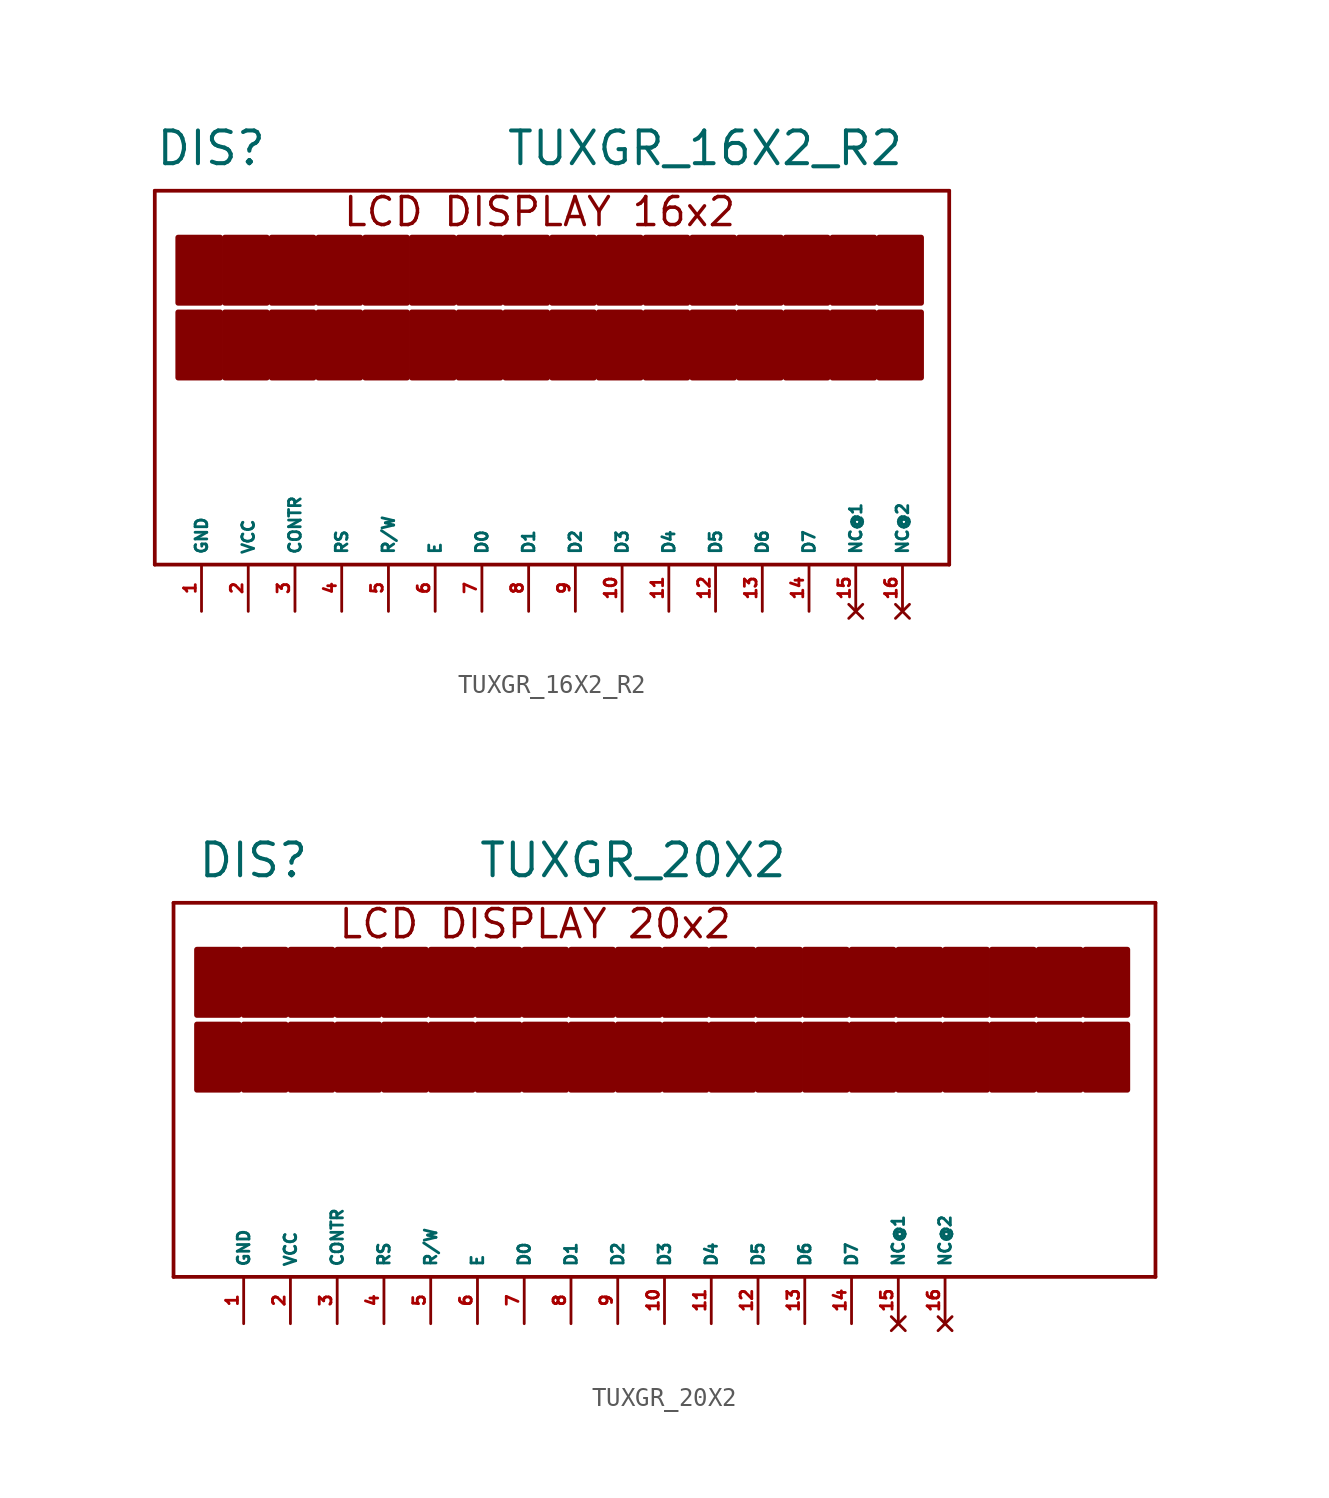
<source format=kicad_sym>
(kicad_symbol_lib
  (version 20220914)
  (generator Eagle2Kicad)
  (symbol "TUXGR_16X2_R2"
    (property "Reference" "DIS"
      (at -20.32 13.97 0)
      (effects (font (size 1.778 1.778) (thickness 0.22)) (justify left bottom)))
    (property "Value" "TUXGR_16X2_R2"
      (at -1.27 13.97 0)
      (effects (font (size 1.778 1.778) (thickness 0.22)) (justify left bottom)))
    (polyline
      (pts (xy -20.32 -7.62) (xy 22.86 -7.62))
      (stroke (width 0.203) (type default))
      (fill (type none)))
    (polyline
      (pts (xy 22.86 -7.62) (xy 22.86 12.7))
      (stroke (width 0.203) (type default))
      (fill (type none)))
    (polyline
      (pts (xy 22.86 12.7) (xy -20.32 12.7))
      (stroke (width 0.203) (type default))
      (fill (type none)))
    (polyline
      (pts (xy -20.32 12.7) (xy -20.32 -7.62))
      (stroke (width 0.203) (type default))
      (fill (type none)))
    (text "LCD DISPLAY 16x2"
      (at -10.16 10.668 0)
      (effects (font (size 1.524 1.524) (thickness 0.19)) (justify left bottom)))
    (rectangle
      (start -19.05 6.604)
      (end -16.764 10.16)
      (stroke (width 0.3) (type default))
      (fill (type outline)))
    (rectangle
      (start -19.05 2.54)
      (end -16.764 6.096)
      (stroke (width 0.3) (type default))
      (fill (type outline)))
    (rectangle
      (start -16.51 6.604)
      (end -14.224 10.16)
      (stroke (width 0.3) (type default))
      (fill (type outline)))
    (rectangle
      (start -16.51 2.54)
      (end -14.224 6.096)
      (stroke (width 0.3) (type default))
      (fill (type outline)))
    (rectangle
      (start -13.97 6.604)
      (end -11.684 10.16)
      (stroke (width 0.3) (type default))
      (fill (type outline)))
    (rectangle
      (start -13.97 2.54)
      (end -11.684 6.096)
      (stroke (width 0.3) (type default))
      (fill (type outline)))
    (rectangle
      (start -11.43 6.604)
      (end -9.144 10.16)
      (stroke (width 0.3) (type default))
      (fill (type outline)))
    (rectangle
      (start -11.43 2.54)
      (end -9.144 6.096)
      (stroke (width 0.3) (type default))
      (fill (type outline)))
    (rectangle
      (start -8.89 6.604)
      (end -6.604 10.16)
      (stroke (width 0.3) (type default))
      (fill (type outline)))
    (rectangle
      (start -8.89 2.54)
      (end -6.604 6.096)
      (stroke (width 0.3) (type default))
      (fill (type outline)))
    (rectangle
      (start -6.35 6.604)
      (end -4.064 10.16)
      (stroke (width 0.3) (type default))
      (fill (type outline)))
    (rectangle
      (start -6.35 2.54)
      (end -4.064 6.096)
      (stroke (width 0.3) (type default))
      (fill (type outline)))
    (rectangle
      (start -3.81 6.604)
      (end -1.524 10.16)
      (stroke (width 0.3) (type default))
      (fill (type outline)))
    (rectangle
      (start -3.81 2.54)
      (end -1.524 6.096)
      (stroke (width 0.3) (type default))
      (fill (type outline)))
    (rectangle
      (start -1.27 6.604)
      (end 1.016 10.16)
      (stroke (width 0.3) (type default))
      (fill (type outline)))
    (rectangle
      (start -1.27 2.54)
      (end 1.016 6.096)
      (stroke (width 0.3) (type default))
      (fill (type outline)))
    (rectangle
      (start 1.27 6.604)
      (end 3.556 10.16)
      (stroke (width 0.3) (type default))
      (fill (type outline)))
    (rectangle
      (start 1.27 2.54)
      (end 3.556 6.096)
      (stroke (width 0.3) (type default))
      (fill (type outline)))
    (rectangle
      (start 3.81 6.604)
      (end 6.096 10.16)
      (stroke (width 0.3) (type default))
      (fill (type outline)))
    (rectangle
      (start 3.81 2.54)
      (end 6.096 6.096)
      (stroke (width 0.3) (type default))
      (fill (type outline)))
    (rectangle
      (start 6.35 6.604)
      (end 8.636 10.16)
      (stroke (width 0.3) (type default))
      (fill (type outline)))
    (rectangle
      (start 6.35 2.54)
      (end 8.636 6.096)
      (stroke (width 0.3) (type default))
      (fill (type outline)))
    (rectangle
      (start 8.89 6.604)
      (end 11.176 10.16)
      (stroke (width 0.3) (type default))
      (fill (type outline)))
    (rectangle
      (start 8.89 2.54)
      (end 11.176 6.096)
      (stroke (width 0.3) (type default))
      (fill (type outline)))
    (rectangle
      (start 11.43 6.604)
      (end 13.716 10.16)
      (stroke (width 0.3) (type default))
      (fill (type outline)))
    (rectangle
      (start 11.43 2.54)
      (end 13.716 6.096)
      (stroke (width 0.3) (type default))
      (fill (type outline)))
    (rectangle
      (start 13.97 6.604)
      (end 16.256 10.16)
      (stroke (width 0.3) (type default))
      (fill (type outline)))
    (rectangle
      (start 13.97 2.54)
      (end 16.256 6.096)
      (stroke (width 0.3) (type default))
      (fill (type outline)))
    (rectangle
      (start 16.51 6.604)
      (end 18.796 10.16)
      (stroke (width 0.3) (type default))
      (fill (type outline)))
    (rectangle
      (start 16.51 2.54)
      (end 18.796 6.096)
      (stroke (width 0.3) (type default))
      (fill (type outline)))
    (rectangle
      (start 19.05 6.604)
      (end 21.336 10.16)
      (stroke (width 0.3) (type default))
      (fill (type outline)))
    (rectangle
      (start 19.05 2.54)
      (end 21.336 6.096)
      (stroke (width 0.3) (type default))
      (fill (type outline)))
    (pin unspecified line
      (at -17.78 -10.16 90)
      (length 2.54)
      (name "GND" (effects (font (size 0.635 0.635) (thickness 0.08)) (justify left bottom)))
      (number "1" (effects (font (size 0.635 0.635) (thickness 0.08)) (justify left bottom))))
    (pin unspecified line
      (at -15.24 -10.16 90)
      (length 2.54)
      (name "VCC" (effects (font (size 0.635 0.635) (thickness 0.08)) (justify left bottom)))
      (number "2" (effects (font (size 0.635 0.635) (thickness 0.08)) (justify left bottom))))
    (pin input line
      (at -12.7 -10.16 90)
      (length 2.54)
      (name "CONTR" (effects (font (size 0.635 0.635) (thickness 0.08)) (justify left bottom)))
      (number "3" (effects (font (size 0.635 0.635) (thickness 0.08)) (justify left bottom))))
    (pin input line
      (at -10.16 -10.16 90)
      (length 2.54)
      (name "RS" (effects (font (size 0.635 0.635) (thickness 0.08)) (justify left bottom)))
      (number "4" (effects (font (size 0.635 0.635) (thickness 0.08)) (justify left bottom))))
    (pin input line
      (at -7.62 -10.16 90)
      (length 2.54)
      (name "R/W" (effects (font (size 0.635 0.635) (thickness 0.08)) (justify left bottom)))
      (number "5" (effects (font (size 0.635 0.635) (thickness 0.08)) (justify left bottom))))
    (pin input line
      (at -5.08 -10.16 90)
      (length 2.54)
      (name "E" (effects (font (size 0.635 0.635) (thickness 0.08)) (justify left bottom)))
      (number "6" (effects (font (size 0.635 0.635) (thickness 0.08)) (justify left bottom))))
    (pin input line
      (at -2.54 -10.16 90)
      (length 2.54)
      (name "D0" (effects (font (size 0.635 0.635) (thickness 0.08)) (justify left bottom)))
      (number "7" (effects (font (size 0.635 0.635) (thickness 0.08)) (justify left bottom))))
    (pin input line
      (at 0 -10.16 90)
      (length 2.54)
      (name "D1" (effects (font (size 0.635 0.635) (thickness 0.08)) (justify left bottom)))
      (number "8" (effects (font (size 0.635 0.635) (thickness 0.08)) (justify left bottom))))
    (pin input line
      (at 2.54 -10.16 90)
      (length 2.54)
      (name "D2" (effects (font (size 0.635 0.635) (thickness 0.08)) (justify left bottom)))
      (number "9" (effects (font (size 0.635 0.635) (thickness 0.08)) (justify left bottom))))
    (pin input line
      (at 5.08 -10.16 90)
      (length 2.54)
      (name "D3" (effects (font (size 0.635 0.635) (thickness 0.08)) (justify left bottom)))
      (number "10" (effects (font (size 0.635 0.635) (thickness 0.08)) (justify left bottom))))
    (pin input line
      (at 7.62 -10.16 90)
      (length 2.54)
      (name "D4" (effects (font (size 0.635 0.635) (thickness 0.08)) (justify left bottom)))
      (number "11" (effects (font (size 0.635 0.635) (thickness 0.08)) (justify left bottom))))
    (pin input line
      (at 10.16 -10.16 90)
      (length 2.54)
      (name "D5" (effects (font (size 0.635 0.635) (thickness 0.08)) (justify left bottom)))
      (number "12" (effects (font (size 0.635 0.635) (thickness 0.08)) (justify left bottom))))
    (pin input line
      (at 12.7 -10.16 90)
      (length 2.54)
      (name "D6" (effects (font (size 0.635 0.635) (thickness 0.08)) (justify left bottom)))
      (number "13" (effects (font (size 0.635 0.635) (thickness 0.08)) (justify left bottom))))
    (pin input line
      (at 15.24 -10.16 90)
      (length 2.54)
      (name "D7" (effects (font (size 0.635 0.635) (thickness 0.08)) (justify left bottom)))
      (number "14" (effects (font (size 0.635 0.635) (thickness 0.08)) (justify left bottom))))
    (pin no_connect line
      (at 17.78 -10.16 90)
      (length 2.54)
      (name "NC@1" (effects (font (size 0.635 0.635) (thickness 0.08)) (justify left bottom) hide))
      (number "15" (effects (font (size 0.635 0.635) (thickness 0.08)) (justify left bottom) hide)))
    (pin no_connect line
      (at 20.32 -10.16 90)
      (length 2.54)
      (name "NC@2" (effects (font (size 0.635 0.635) (thickness 0.08)) (justify left bottom) hide))
      (number "16" (effects (font (size 0.635 0.635) (thickness 0.08)) (justify left bottom) hide))))
  (symbol "TUXGR_20X2"
    (property "Reference" "DIS"
      (at -25.4 13.97 0)
      (effects (font (size 1.778 1.778) (thickness 0.22)) (justify left bottom)))
    (property "Value" "TUXGR_20X2"
      (at -10.16 13.97 0)
      (effects (font (size 1.778 1.778) (thickness 0.22)) (justify left bottom)))
    (polyline
      (pts (xy -26.67 -7.62) (xy 26.67 -7.62))
      (stroke (width 0.203) (type default))
      (fill (type none)))
    (polyline
      (pts (xy 26.67 -7.62) (xy 26.67 12.7))
      (stroke (width 0.203) (type default))
      (fill (type none)))
    (polyline
      (pts (xy 26.67 12.7) (xy -26.67 12.7))
      (stroke (width 0.203) (type default))
      (fill (type none)))
    (polyline
      (pts (xy -26.67 12.7) (xy -26.67 -7.62))
      (stroke (width 0.203) (type default))
      (fill (type none)))
    (text "LCD DISPLAY 20x2"
      (at -17.78 10.668 0)
      (effects (font (size 1.524 1.524) (thickness 0.19)) (justify left bottom)))
    (rectangle
      (start -25.4 6.604)
      (end -23.114 10.16)
      (stroke (width 0.3) (type default))
      (fill (type outline)))
    (rectangle
      (start -25.4 2.54)
      (end -23.114 6.096)
      (stroke (width 0.3) (type default))
      (fill (type outline)))
    (rectangle
      (start -22.86 6.604)
      (end -20.574 10.16)
      (stroke (width 0.3) (type default))
      (fill (type outline)))
    (rectangle
      (start -22.86 2.54)
      (end -20.574 6.096)
      (stroke (width 0.3) (type default))
      (fill (type outline)))
    (rectangle
      (start -20.32 6.604)
      (end -18.034 10.16)
      (stroke (width 0.3) (type default))
      (fill (type outline)))
    (rectangle
      (start -20.32 2.54)
      (end -18.034 6.096)
      (stroke (width 0.3) (type default))
      (fill (type outline)))
    (rectangle
      (start -17.78 6.604)
      (end -15.494 10.16)
      (stroke (width 0.3) (type default))
      (fill (type outline)))
    (rectangle
      (start -17.78 2.54)
      (end -15.494 6.096)
      (stroke (width 0.3) (type default))
      (fill (type outline)))
    (rectangle
      (start -15.24 6.604)
      (end -12.954 10.16)
      (stroke (width 0.3) (type default))
      (fill (type outline)))
    (rectangle
      (start -15.24 2.54)
      (end -12.954 6.096)
      (stroke (width 0.3) (type default))
      (fill (type outline)))
    (rectangle
      (start -12.7 6.604)
      (end -10.414 10.16)
      (stroke (width 0.3) (type default))
      (fill (type outline)))
    (rectangle
      (start -12.7 2.54)
      (end -10.414 6.096)
      (stroke (width 0.3) (type default))
      (fill (type outline)))
    (rectangle
      (start -10.16 6.604)
      (end -7.874 10.16)
      (stroke (width 0.3) (type default))
      (fill (type outline)))
    (rectangle
      (start -10.16 2.54)
      (end -7.874 6.096)
      (stroke (width 0.3) (type default))
      (fill (type outline)))
    (rectangle
      (start -7.62 6.604)
      (end -5.334 10.16)
      (stroke (width 0.3) (type default))
      (fill (type outline)))
    (rectangle
      (start -7.62 2.54)
      (end -5.334 6.096)
      (stroke (width 0.3) (type default))
      (fill (type outline)))
    (rectangle
      (start -5.08 6.604)
      (end -2.794 10.16)
      (stroke (width 0.3) (type default))
      (fill (type outline)))
    (rectangle
      (start -5.08 2.54)
      (end -2.794 6.096)
      (stroke (width 0.3) (type default))
      (fill (type outline)))
    (rectangle
      (start -2.54 6.604)
      (end -0.254 10.16)
      (stroke (width 0.3) (type default))
      (fill (type outline)))
    (rectangle
      (start -2.54 2.54)
      (end -0.254 6.096)
      (stroke (width 0.3) (type default))
      (fill (type outline)))
    (rectangle
      (start 0 6.604)
      (end 2.286 10.16)
      (stroke (width 0.3) (type default))
      (fill (type outline)))
    (rectangle
      (start 0 2.54)
      (end 2.286 6.096)
      (stroke (width 0.3) (type default))
      (fill (type outline)))
    (rectangle
      (start 2.54 6.604)
      (end 4.826 10.16)
      (stroke (width 0.3) (type default))
      (fill (type outline)))
    (rectangle
      (start 2.54 2.54)
      (end 4.826 6.096)
      (stroke (width 0.3) (type default))
      (fill (type outline)))
    (rectangle
      (start 5.08 6.604)
      (end 7.366 10.16)
      (stroke (width 0.3) (type default))
      (fill (type outline)))
    (rectangle
      (start 5.08 2.54)
      (end 7.366 6.096)
      (stroke (width 0.3) (type default))
      (fill (type outline)))
    (rectangle
      (start 7.62 6.604)
      (end 9.906 10.16)
      (stroke (width 0.3) (type default))
      (fill (type outline)))
    (rectangle
      (start 7.62 2.54)
      (end 9.906 6.096)
      (stroke (width 0.3) (type default))
      (fill (type outline)))
    (rectangle
      (start 10.16 6.604)
      (end 12.446 10.16)
      (stroke (width 0.3) (type default))
      (fill (type outline)))
    (rectangle
      (start 10.16 2.54)
      (end 12.446 6.096)
      (stroke (width 0.3) (type default))
      (fill (type outline)))
    (rectangle
      (start 12.7 6.604)
      (end 14.986 10.16)
      (stroke (width 0.3) (type default))
      (fill (type outline)))
    (rectangle
      (start 12.7 2.54)
      (end 14.986 6.096)
      (stroke (width 0.3) (type default))
      (fill (type outline)))
    (rectangle
      (start 15.24 6.604)
      (end 17.526 10.16)
      (stroke (width 0.3) (type default))
      (fill (type outline)))
    (rectangle
      (start 15.24 2.54)
      (end 17.526 6.096)
      (stroke (width 0.3) (type default))
      (fill (type outline)))
    (rectangle
      (start 17.78 6.604)
      (end 20.066 10.16)
      (stroke (width 0.3) (type default))
      (fill (type outline)))
    (rectangle
      (start 17.78 2.54)
      (end 20.066 6.096)
      (stroke (width 0.3) (type default))
      (fill (type outline)))
    (rectangle
      (start 20.32 6.604)
      (end 22.606 10.16)
      (stroke (width 0.3) (type default))
      (fill (type outline)))
    (rectangle
      (start 20.32 2.54)
      (end 22.606 6.096)
      (stroke (width 0.3) (type default))
      (fill (type outline)))
    (rectangle
      (start 22.86 6.604)
      (end 25.146 10.16)
      (stroke (width 0.3) (type default))
      (fill (type outline)))
    (rectangle
      (start 22.86 2.54)
      (end 25.146 6.096)
      (stroke (width 0.3) (type default))
      (fill (type outline)))
    (pin unspecified line
      (at -22.86 -10.16 90)
      (length 2.54)
      (name "GND" (effects (font (size 0.635 0.635) (thickness 0.08)) (justify left bottom)))
      (number "1" (effects (font (size 0.635 0.635) (thickness 0.08)) (justify left bottom))))
    (pin unspecified line
      (at -20.32 -10.16 90)
      (length 2.54)
      (name "VCC" (effects (font (size 0.635 0.635) (thickness 0.08)) (justify left bottom)))
      (number "2" (effects (font (size 0.635 0.635) (thickness 0.08)) (justify left bottom))))
    (pin input line
      (at -17.78 -10.16 90)
      (length 2.54)
      (name "CONTR" (effects (font (size 0.635 0.635) (thickness 0.08)) (justify left bottom)))
      (number "3" (effects (font (size 0.635 0.635) (thickness 0.08)) (justify left bottom))))
    (pin input line
      (at -15.24 -10.16 90)
      (length 2.54)
      (name "RS" (effects (font (size 0.635 0.635) (thickness 0.08)) (justify left bottom)))
      (number "4" (effects (font (size 0.635 0.635) (thickness 0.08)) (justify left bottom))))
    (pin input line
      (at -12.7 -10.16 90)
      (length 2.54)
      (name "R/W" (effects (font (size 0.635 0.635) (thickness 0.08)) (justify left bottom)))
      (number "5" (effects (font (size 0.635 0.635) (thickness 0.08)) (justify left bottom))))
    (pin input line
      (at -10.16 -10.16 90)
      (length 2.54)
      (name "E" (effects (font (size 0.635 0.635) (thickness 0.08)) (justify left bottom)))
      (number "6" (effects (font (size 0.635 0.635) (thickness 0.08)) (justify left bottom))))
    (pin input line
      (at -7.62 -10.16 90)
      (length 2.54)
      (name "D0" (effects (font (size 0.635 0.635) (thickness 0.08)) (justify left bottom)))
      (number "7" (effects (font (size 0.635 0.635) (thickness 0.08)) (justify left bottom))))
    (pin input line
      (at -5.08 -10.16 90)
      (length 2.54)
      (name "D1" (effects (font (size 0.635 0.635) (thickness 0.08)) (justify left bottom)))
      (number "8" (effects (font (size 0.635 0.635) (thickness 0.08)) (justify left bottom))))
    (pin input line
      (at -2.54 -10.16 90)
      (length 2.54)
      (name "D2" (effects (font (size 0.635 0.635) (thickness 0.08)) (justify left bottom)))
      (number "9" (effects (font (size 0.635 0.635) (thickness 0.08)) (justify left bottom))))
    (pin input line
      (at 0 -10.16 90)
      (length 2.54)
      (name "D3" (effects (font (size 0.635 0.635) (thickness 0.08)) (justify left bottom)))
      (number "10" (effects (font (size 0.635 0.635) (thickness 0.08)) (justify left bottom))))
    (pin input line
      (at 2.54 -10.16 90)
      (length 2.54)
      (name "D4" (effects (font (size 0.635 0.635) (thickness 0.08)) (justify left bottom)))
      (number "11" (effects (font (size 0.635 0.635) (thickness 0.08)) (justify left bottom))))
    (pin input line
      (at 5.08 -10.16 90)
      (length 2.54)
      (name "D5" (effects (font (size 0.635 0.635) (thickness 0.08)) (justify left bottom)))
      (number "12" (effects (font (size 0.635 0.635) (thickness 0.08)) (justify left bottom))))
    (pin input line
      (at 7.62 -10.16 90)
      (length 2.54)
      (name "D6" (effects (font (size 0.635 0.635) (thickness 0.08)) (justify left bottom)))
      (number "13" (effects (font (size 0.635 0.635) (thickness 0.08)) (justify left bottom))))
    (pin input line
      (at 10.16 -10.16 90)
      (length 2.54)
      (name "D7" (effects (font (size 0.635 0.635) (thickness 0.08)) (justify left bottom)))
      (number "14" (effects (font (size 0.635 0.635) (thickness 0.08)) (justify left bottom))))
    (pin no_connect line
      (at 12.7 -10.16 90)
      (length 2.54)
      (name "NC@1" (effects (font (size 0.635 0.635) (thickness 0.08)) (justify left bottom) hide))
      (number "15" (effects (font (size 0.635 0.635) (thickness 0.08)) (justify left bottom) hide)))
    (pin no_connect line
      (at 15.24 -10.16 90)
      (length 2.54)
      (name "NC@2" (effects (font (size 0.635 0.635) (thickness 0.08)) (justify left bottom) hide))
      (number "16" (effects (font (size 0.635 0.635) (thickness 0.08)) (justify left bottom) hide)))))
</source>
